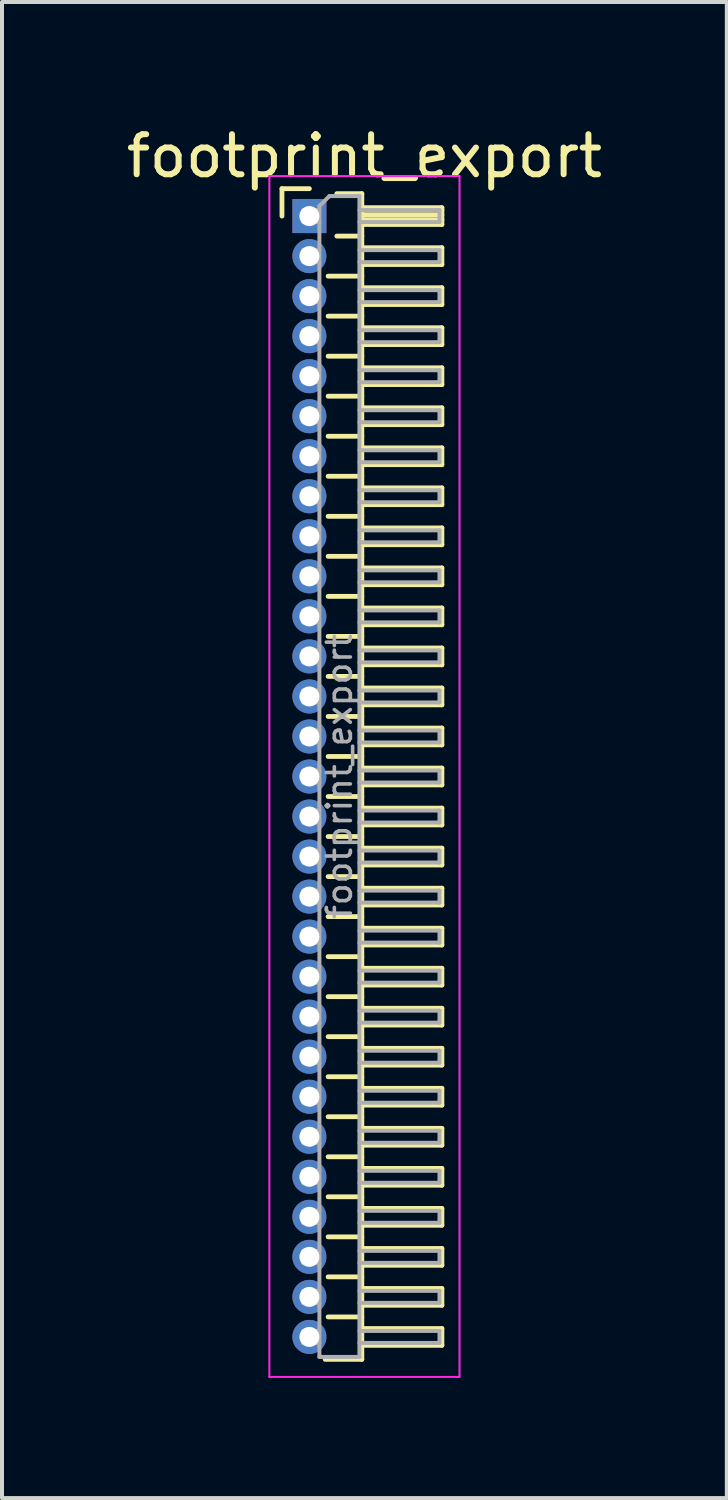
<source format=kicad_pcb>
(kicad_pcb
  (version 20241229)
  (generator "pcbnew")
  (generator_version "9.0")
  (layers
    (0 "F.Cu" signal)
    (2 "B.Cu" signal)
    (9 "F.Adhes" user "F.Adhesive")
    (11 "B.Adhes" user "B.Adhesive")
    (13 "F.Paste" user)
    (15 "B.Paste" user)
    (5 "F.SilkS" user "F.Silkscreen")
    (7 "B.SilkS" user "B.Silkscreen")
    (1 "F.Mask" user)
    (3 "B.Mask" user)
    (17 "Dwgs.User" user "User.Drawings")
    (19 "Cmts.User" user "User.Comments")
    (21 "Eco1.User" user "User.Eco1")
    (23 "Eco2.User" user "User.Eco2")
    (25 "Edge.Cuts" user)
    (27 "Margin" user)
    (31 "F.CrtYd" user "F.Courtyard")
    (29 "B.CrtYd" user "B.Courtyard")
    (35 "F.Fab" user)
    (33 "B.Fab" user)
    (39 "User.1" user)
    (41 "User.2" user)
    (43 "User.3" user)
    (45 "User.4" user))
  (footprint "footprint_export"
    (layer "F.Cu")
    (at 4.679 2.348)
    (property "Reference" "footprint_export" (at 1.375 -1.5 0) (layer "F.SilkS") (effects (font (size 1 1) (thickness 0.15))))
    (attr through_hole)
    (fp_line (start -0.685 -0.685) (end 0 -0.685) (stroke (width 0.12) (type solid)) (layer "F.SilkS"))
    (fp_line (start -0.685 0) (end -0.685 -0.685) (stroke (width 0.12) (type solid)) (layer "F.SilkS"))
    (fp_line (start 0.468 1.5) (end 1.31 1.5) (stroke (width 0.12) (type solid)) (layer "F.SilkS"))
    (fp_line (start 0.468 2.5) (end 1.31 2.5) (stroke (width 0.12) (type solid)) (layer "F.SilkS"))
    (fp_line (start 0.468 3.5) (end 1.31 3.5) (stroke (width 0.12) (type solid)) (layer "F.SilkS"))
    (fp_line (start 0.468 4.5) (end 1.31 4.5) (stroke (width 0.12) (type solid)) (layer "F.SilkS"))
    (fp_line (start 0.468 5.5) (end 1.31 5.5) (stroke (width 0.12) (type solid)) (layer "F.SilkS"))
    (fp_line (start 0.468 6.5) (end 1.31 6.5) (stroke (width 0.12) (type solid)) (layer "F.SilkS"))
    (fp_line (start 0.468 7.5) (end 1.31 7.5) (stroke (width 0.12) (type solid)) (layer "F.SilkS"))
    (fp_line (start 0.468 8.5) (end 1.31 8.5) (stroke (width 0.12) (type solid)) (layer "F.SilkS"))
    (fp_line (start 0.468 9.5) (end 1.31 9.5) (stroke (width 0.12) (type solid)) (layer "F.SilkS"))
    (fp_line (start 0.468 10.5) (end 1.31 10.5) (stroke (width 0.12) (type solid)) (layer "F.SilkS"))
    (fp_line (start 0.468 11.5) (end 1.31 11.5) (stroke (width 0.12) (type solid)) (layer "F.SilkS"))
    (fp_line (start 0.468 12.5) (end 1.31 12.5) (stroke (width 0.12) (type solid)) (layer "F.SilkS"))
    (fp_line (start 0.468 13.5) (end 1.31 13.5) (stroke (width 0.12) (type solid)) (layer "F.SilkS"))
    (fp_line (start 0.468 14.5) (end 1.31 14.5) (stroke (width 0.12) (type solid)) (layer "F.SilkS"))
    (fp_line (start 0.468 15.5) (end 1.31 15.5) (stroke (width 0.12) (type solid)) (layer "F.SilkS"))
    (fp_line (start 0.468 16.5) (end 1.31 16.5) (stroke (width 0.12) (type solid)) (layer "F.SilkS"))
    (fp_line (start 0.468 17.5) (end 1.31 17.5) (stroke (width 0.12) (type solid)) (layer "F.SilkS"))
    (fp_line (start 0.468 18.5) (end 1.31 18.5) (stroke (width 0.12) (type solid)) (layer "F.SilkS"))
    (fp_line (start 0.468 19.5) (end 1.31 19.5) (stroke (width 0.12) (type solid)) (layer "F.SilkS"))
    (fp_line (start 0.468 20.5) (end 1.31 20.5) (stroke (width 0.12) (type solid)) (layer "F.SilkS"))
    (fp_line (start 0.468 21.5) (end 1.31 21.5) (stroke (width 0.12) (type solid)) (layer "F.SilkS"))
    (fp_line (start 0.468 22.5) (end 1.31 22.5) (stroke (width 0.12) (type solid)) (layer "F.SilkS"))
    (fp_line (start 0.468 23.5) (end 1.31 23.5) (stroke (width 0.12) (type solid)) (layer "F.SilkS"))
    (fp_line (start 0.468 24.5) (end 1.31 24.5) (stroke (width 0.12) (type solid)) (layer "F.SilkS"))
    (fp_line (start 0.468 25.5) (end 1.31 25.5) (stroke (width 0.12) (type solid)) (layer "F.SilkS"))
    (fp_line (start 0.468 26.5) (end 1.31 26.5) (stroke (width 0.12) (type solid)) (layer "F.SilkS"))
    (fp_line (start 0.468 27.5) (end 1.31 27.5) (stroke (width 0.12) (type solid)) (layer "F.SilkS"))
    (fp_line (start 0.685 -0.56) (end 1.31 -0.56) (stroke (width 0.12) (type solid)) (layer "F.SilkS"))
    (fp_line (start 0.685 0.5) (end 1.31 0.5) (stroke (width 0.12) (type solid)) (layer "F.SilkS"))
    (fp_line (start 1.31 -0.56) (end 1.31 28.56) (stroke (width 0.12) (type solid)) (layer "F.SilkS"))
    (fp_line (start 1.31 -0.21) (end 3.31 -0.21) (stroke (width 0.12) (type solid)) (layer "F.SilkS"))
    (fp_line (start 1.31 -0.15) (end 3.31 -0.15) (stroke (width 0.12) (type solid)) (layer "F.SilkS"))
    (fp_line (start 1.31 -0.03) (end 3.31 -0.03) (stroke (width 0.12) (type solid)) (layer "F.SilkS"))
    (fp_line (start 1.31 0.09) (end 3.31 0.09) (stroke (width 0.12) (type solid)) (layer "F.SilkS"))
    (fp_line (start 1.31 0.79) (end 3.31 0.79) (stroke (width 0.12) (type solid)) (layer "F.SilkS"))
    (fp_line (start 1.31 1.79) (end 3.31 1.79) (stroke (width 0.12) (type solid)) (layer "F.SilkS"))
    (fp_line (start 1.31 2.79) (end 3.31 2.79) (stroke (width 0.12) (type solid)) (layer "F.SilkS"))
    (fp_line (start 1.31 3.79) (end 3.31 3.79) (stroke (width 0.12) (type solid)) (layer "F.SilkS"))
    (fp_line (start 1.31 4.79) (end 3.31 4.79) (stroke (width 0.12) (type solid)) (layer "F.SilkS"))
    (fp_line (start 1.31 5.79) (end 3.31 5.79) (stroke (width 0.12) (type solid)) (layer "F.SilkS"))
    (fp_line (start 1.31 6.79) (end 3.31 6.79) (stroke (width 0.12) (type solid)) (layer "F.SilkS"))
    (fp_line (start 1.31 7.79) (end 3.31 7.79) (stroke (width 0.12) (type solid)) (layer "F.SilkS"))
    (fp_line (start 1.31 8.79) (end 3.31 8.79) (stroke (width 0.12) (type solid)) (layer "F.SilkS"))
    (fp_line (start 1.31 9.79) (end 3.31 9.79) (stroke (width 0.12) (type solid)) (layer "F.SilkS"))
    (fp_line (start 1.31 10.79) (end 3.31 10.79) (stroke (width 0.12) (type solid)) (layer "F.SilkS"))
    (fp_line (start 1.31 11.79) (end 3.31 11.79) (stroke (width 0.12) (type solid)) (layer "F.SilkS"))
    (fp_line (start 1.31 12.79) (end 3.31 12.79) (stroke (width 0.12) (type solid)) (layer "F.SilkS"))
    (fp_line (start 1.31 13.79) (end 3.31 13.79) (stroke (width 0.12) (type solid)) (layer "F.SilkS"))
    (fp_line (start 1.31 14.79) (end 3.31 14.79) (stroke (width 0.12) (type solid)) (layer "F.SilkS"))
    (fp_line (start 1.31 15.79) (end 3.31 15.79) (stroke (width 0.12) (type solid)) (layer "F.SilkS"))
    (fp_line (start 1.31 16.79) (end 3.31 16.79) (stroke (width 0.12) (type solid)) (layer "F.SilkS"))
    (fp_line (start 1.31 17.79) (end 3.31 17.79) (stroke (width 0.12) (type solid)) (layer "F.SilkS"))
    (fp_line (start 1.31 18.79) (end 3.31 18.79) (stroke (width 0.12) (type solid)) (layer "F.SilkS"))
    (fp_line (start 1.31 19.79) (end 3.31 19.79) (stroke (width 0.12) (type solid)) (layer "F.SilkS"))
    (fp_line (start 1.31 20.79) (end 3.31 20.79) (stroke (width 0.12) (type solid)) (layer "F.SilkS"))
    (fp_line (start 1.31 21.79) (end 3.31 21.79) (stroke (width 0.12) (type solid)) (layer "F.SilkS"))
    (fp_line (start 1.31 22.79) (end 3.31 22.79) (stroke (width 0.12) (type solid)) (layer "F.SilkS"))
    (fp_line (start 1.31 23.79) (end 3.31 23.79) (stroke (width 0.12) (type solid)) (layer "F.SilkS"))
    (fp_line (start 1.31 24.79) (end 3.31 24.79) (stroke (width 0.12) (type solid)) (layer "F.SilkS"))
    (fp_line (start 1.31 25.79) (end 3.31 25.79) (stroke (width 0.12) (type solid)) (layer "F.SilkS"))
    (fp_line (start 1.31 26.79) (end 3.31 26.79) (stroke (width 0.12) (type solid)) (layer "F.SilkS"))
    (fp_line (start 1.31 27.79) (end 3.31 27.79) (stroke (width 0.12) (type solid)) (layer "F.SilkS"))
    (fp_line (start 1.31 28.56) (end 0.394 28.56) (stroke (width 0.12) (type solid)) (layer "F.SilkS"))
    (fp_line (start 3.31 -0.21) (end 3.31 0.21) (stroke (width 0.12) (type solid)) (layer "F.SilkS"))
    (fp_line (start 3.31 0.21) (end 1.31 0.21) (stroke (width 0.12) (type solid)) (layer "F.SilkS"))
    (fp_line (start 3.31 0.79) (end 3.31 1.21) (stroke (width 0.12) (type solid)) (layer "F.SilkS"))
    (fp_line (start 3.31 1.21) (end 1.31 1.21) (stroke (width 0.12) (type solid)) (layer "F.SilkS"))
    (fp_line (start 3.31 1.79) (end 3.31 2.21) (stroke (width 0.12) (type solid)) (layer "F.SilkS"))
    (fp_line (start 3.31 2.21) (end 1.31 2.21) (stroke (width 0.12) (type solid)) (layer "F.SilkS"))
    (fp_line (start 3.31 2.79) (end 3.31 3.21) (stroke (width 0.12) (type solid)) (layer "F.SilkS"))
    (fp_line (start 3.31 3.21) (end 1.31 3.21) (stroke (width 0.12) (type solid)) (layer "F.SilkS"))
    (fp_line (start 3.31 3.79) (end 3.31 4.21) (stroke (width 0.12) (type solid)) (layer "F.SilkS"))
    (fp_line (start 3.31 4.21) (end 1.31 4.21) (stroke (width 0.12) (type solid)) (layer "F.SilkS"))
    (fp_line (start 3.31 4.79) (end 3.31 5.21) (stroke (width 0.12) (type solid)) (layer "F.SilkS"))
    (fp_line (start 3.31 5.21) (end 1.31 5.21) (stroke (width 0.12) (type solid)) (layer "F.SilkS"))
    (fp_line (start 3.31 5.79) (end 3.31 6.21) (stroke (width 0.12) (type solid)) (layer "F.SilkS"))
    (fp_line (start 3.31 6.21) (end 1.31 6.21) (stroke (width 0.12) (type solid)) (layer "F.SilkS"))
    (fp_line (start 3.31 6.79) (end 3.31 7.21) (stroke (width 0.12) (type solid)) (layer "F.SilkS"))
    (fp_line (start 3.31 7.21) (end 1.31 7.21) (stroke (width 0.12) (type solid)) (layer "F.SilkS"))
    (fp_line (start 3.31 7.79) (end 3.31 8.21) (stroke (width 0.12) (type solid)) (layer "F.SilkS"))
    (fp_line (start 3.31 8.21) (end 1.31 8.21) (stroke (width 0.12) (type solid)) (layer "F.SilkS"))
    (fp_line (start 3.31 8.79) (end 3.31 9.21) (stroke (width 0.12) (type solid)) (layer "F.SilkS"))
    (fp_line (start 3.31 9.21) (end 1.31 9.21) (stroke (width 0.12) (type solid)) (layer "F.SilkS"))
    (fp_line (start 3.31 9.79) (end 3.31 10.21) (stroke (width 0.12) (type solid)) (layer "F.SilkS"))
    (fp_line (start 3.31 10.21) (end 1.31 10.21) (stroke (width 0.12) (type solid)) (layer "F.SilkS"))
    (fp_line (start 3.31 10.79) (end 3.31 11.21) (stroke (width 0.12) (type solid)) (layer "F.SilkS"))
    (fp_line (start 3.31 11.21) (end 1.31 11.21) (stroke (width 0.12) (type solid)) (layer "F.SilkS"))
    (fp_line (start 3.31 11.79) (end 3.31 12.21) (stroke (width 0.12) (type solid)) (layer "F.SilkS"))
    (fp_line (start 3.31 12.21) (end 1.31 12.21) (stroke (width 0.12) (type solid)) (layer "F.SilkS"))
    (fp_line (start 3.31 12.79) (end 3.31 13.21) (stroke (width 0.12) (type solid)) (layer "F.SilkS"))
    (fp_line (start 3.31 13.21) (end 1.31 13.21) (stroke (width 0.12) (type solid)) (layer "F.SilkS"))
    (fp_line (start 3.31 13.79) (end 3.31 14.21) (stroke (width 0.12) (type solid)) (layer "F.SilkS"))
    (fp_line (start 3.31 14.21) (end 1.31 14.21) (stroke (width 0.12) (type solid)) (layer "F.SilkS"))
    (fp_line (start 3.31 14.79) (end 3.31 15.21) (stroke (width 0.12) (type solid)) (layer "F.SilkS"))
    (fp_line (start 3.31 15.21) (end 1.31 15.21) (stroke (width 0.12) (type solid)) (layer "F.SilkS"))
    (fp_line (start 3.31 15.79) (end 3.31 16.21) (stroke (width 0.12) (type solid)) (layer "F.SilkS"))
    (fp_line (start 3.31 16.21) (end 1.31 16.21) (stroke (width 0.12) (type solid)) (layer "F.SilkS"))
    (fp_line (start 3.31 16.79) (end 3.31 17.21) (stroke (width 0.12) (type solid)) (layer "F.SilkS"))
    (fp_line (start 3.31 17.21) (end 1.31 17.21) (stroke (width 0.12) (type solid)) (layer "F.SilkS"))
    (fp_line (start 3.31 17.79) (end 3.31 18.21) (stroke (width 0.12) (type solid)) (layer "F.SilkS"))
    (fp_line (start 3.31 18.21) (end 1.31 18.21) (stroke (width 0.12) (type solid)) (layer "F.SilkS"))
    (fp_line (start 3.31 18.79) (end 3.31 19.21) (stroke (width 0.12) (type solid)) (layer "F.SilkS"))
    (fp_line (start 3.31 19.21) (end 1.31 19.21) (stroke (width 0.12) (type solid)) (layer "F.SilkS"))
    (fp_line (start 3.31 19.79) (end 3.31 20.21) (stroke (width 0.12) (type solid)) (layer "F.SilkS"))
    (fp_line (start 3.31 20.21) (end 1.31 20.21) (stroke (width 0.12) (type solid)) (layer "F.SilkS"))
    (fp_line (start 3.31 20.79) (end 3.31 21.21) (stroke (width 0.12) (type solid)) (layer "F.SilkS"))
    (fp_line (start 3.31 21.21) (end 1.31 21.21) (stroke (width 0.12) (type solid)) (layer "F.SilkS"))
    (fp_line (start 3.31 21.79) (end 3.31 22.21) (stroke (width 0.12) (type solid)) (layer "F.SilkS"))
    (fp_line (start 3.31 22.21) (end 1.31 22.21) (stroke (width 0.12) (type solid)) (layer "F.SilkS"))
    (fp_line (start 3.31 22.79) (end 3.31 23.21) (stroke (width 0.12) (type solid)) (layer "F.SilkS"))
    (fp_line (start 3.31 23.21) (end 1.31 23.21) (stroke (width 0.12) (type solid)) (layer "F.SilkS"))
    (fp_line (start 3.31 23.79) (end 3.31 24.21) (stroke (width 0.12) (type solid)) (layer "F.SilkS"))
    (fp_line (start 3.31 24.21) (end 1.31 24.21) (stroke (width 0.12) (type solid)) (layer "F.SilkS"))
    (fp_line (start 3.31 24.79) (end 3.31 25.21) (stroke (width 0.12) (type solid)) (layer "F.SilkS"))
    (fp_line (start 3.31 25.21) (end 1.31 25.21) (stroke (width 0.12) (type solid)) (layer "F.SilkS"))
    (fp_line (start 3.31 25.79) (end 3.31 26.21) (stroke (width 0.12) (type solid)) (layer "F.SilkS"))
    (fp_line (start 3.31 26.21) (end 1.31 26.21) (stroke (width 0.12) (type solid)) (layer "F.SilkS"))
    (fp_line (start 3.31 26.79) (end 3.31 27.21) (stroke (width 0.12) (type solid)) (layer "F.SilkS"))
    (fp_line (start 3.31 27.21) (end 1.31 27.21) (stroke (width 0.12) (type solid)) (layer "F.SilkS"))
    (fp_line (start 3.31 27.79) (end 3.31 28.21) (stroke (width 0.12) (type solid)) (layer "F.SilkS"))
    (fp_line (start 3.31 28.21) (end 1.31 28.21) (stroke (width 0.12) (type solid)) (layer "F.SilkS"))
    (fp_line (start -1 -1) (end -1 29) (stroke (width 0.05) (type solid)) (layer "F.CrtYd"))
    (fp_line (start -1 29) (end 3.75 29) (stroke (width 0.05) (type solid)) (layer "F.CrtYd"))
    (fp_line (start 3.75 -1) (end -1 -1) (stroke (width 0.05) (type solid)) (layer "F.CrtYd"))
    (fp_line (start 3.75 29) (end 3.75 -1) (stroke (width 0.05) (type solid)) (layer "F.CrtYd"))
    (fp_line (start -0.15 -0.15) (end -0.15 0.15) (stroke (width 0.1) (type solid)) (layer "F.Fab"))
    (fp_line (start -0.15 -0.15) (end 0.25 -0.15) (stroke (width 0.1) (type solid)) (layer "F.Fab"))
    (fp_line (start -0.15 0.15) (end 0.25 0.15) (stroke (width 0.1) (type solid)) (layer "F.Fab"))
    (fp_line (start -0.15 0.85) (end -0.15 1.15) (stroke (width 0.1) (type solid)) (layer "F.Fab"))
    (fp_line (start -0.15 0.85) (end 0.25 0.85) (stroke (width 0.1) (type solid)) (layer "F.Fab"))
    (fp_line (start -0.15 1.15) (end 0.25 1.15) (stroke (width 0.1) (type solid)) (layer "F.Fab"))
    (fp_line (start -0.15 1.85) (end -0.15 2.15) (stroke (width 0.1) (type solid)) (layer "F.Fab"))
    (fp_line (start -0.15 1.85) (end 0.25 1.85) (stroke (width 0.1) (type solid)) (layer "F.Fab"))
    (fp_line (start -0.15 2.15) (end 0.25 2.15) (stroke (width 0.1) (type solid)) (layer "F.Fab"))
    (fp_line (start -0.15 2.85) (end -0.15 3.15) (stroke (width 0.1) (type solid)) (layer "F.Fab"))
    (fp_line (start -0.15 2.85) (end 0.25 2.85) (stroke (width 0.1) (type solid)) (layer "F.Fab"))
    (fp_line (start -0.15 3.15) (end 0.25 3.15) (stroke (width 0.1) (type solid)) (layer "F.Fab"))
    (fp_line (start -0.15 3.85) (end -0.15 4.15) (stroke (width 0.1) (type solid)) (layer "F.Fab"))
    (fp_line (start -0.15 3.85) (end 0.25 3.85) (stroke (width 0.1) (type solid)) (layer "F.Fab"))
    (fp_line (start -0.15 4.15) (end 0.25 4.15) (stroke (width 0.1) (type solid)) (layer "F.Fab"))
    (fp_line (start -0.15 4.85) (end -0.15 5.15) (stroke (width 0.1) (type solid)) (layer "F.Fab"))
    (fp_line (start -0.15 4.85) (end 0.25 4.85) (stroke (width 0.1) (type solid)) (layer "F.Fab"))
    (fp_line (start -0.15 5.15) (end 0.25 5.15) (stroke (width 0.1) (type solid)) (layer "F.Fab"))
    (fp_line (start -0.15 5.85) (end -0.15 6.15) (stroke (width 0.1) (type solid)) (layer "F.Fab"))
    (fp_line (start -0.15 5.85) (end 0.25 5.85) (stroke (width 0.1) (type solid)) (layer "F.Fab"))
    (fp_line (start -0.15 6.15) (end 0.25 6.15) (stroke (width 0.1) (type solid)) (layer "F.Fab"))
    (fp_line (start -0.15 6.85) (end -0.15 7.15) (stroke (width 0.1) (type solid)) (layer "F.Fab"))
    (fp_line (start -0.15 6.85) (end 0.25 6.85) (stroke (width 0.1) (type solid)) (layer "F.Fab"))
    (fp_line (start -0.15 7.15) (end 0.25 7.15) (stroke (width 0.1) (type solid)) (layer "F.Fab"))
    (fp_line (start -0.15 7.85) (end -0.15 8.15) (stroke (width 0.1) (type solid)) (layer "F.Fab"))
    (fp_line (start -0.15 7.85) (end 0.25 7.85) (stroke (width 0.1) (type solid)) (layer "F.Fab"))
    (fp_line (start -0.15 8.15) (end 0.25 8.15) (stroke (width 0.1) (type solid)) (layer "F.Fab"))
    (fp_line (start -0.15 8.85) (end -0.15 9.15) (stroke (width 0.1) (type solid)) (layer "F.Fab"))
    (fp_line (start -0.15 8.85) (end 0.25 8.85) (stroke (width 0.1) (type solid)) (layer "F.Fab"))
    (fp_line (start -0.15 9.15) (end 0.25 9.15) (stroke (width 0.1) (type solid)) (layer "F.Fab"))
    (fp_line (start -0.15 9.85) (end -0.15 10.15) (stroke (width 0.1) (type solid)) (layer "F.Fab"))
    (fp_line (start -0.15 9.85) (end 0.25 9.85) (stroke (width 0.1) (type solid)) (layer "F.Fab"))
    (fp_line (start -0.15 10.15) (end 0.25 10.15) (stroke (width 0.1) (type solid)) (layer "F.Fab"))
    (fp_line (start -0.15 10.85) (end -0.15 11.15) (stroke (width 0.1) (type solid)) (layer "F.Fab"))
    (fp_line (start -0.15 10.85) (end 0.25 10.85) (stroke (width 0.1) (type solid)) (layer "F.Fab"))
    (fp_line (start -0.15 11.15) (end 0.25 11.15) (stroke (width 0.1) (type solid)) (layer "F.Fab"))
    (fp_line (start -0.15 11.85) (end -0.15 12.15) (stroke (width 0.1) (type solid)) (layer "F.Fab"))
    (fp_line (start -0.15 11.85) (end 0.25 11.85) (stroke (width 0.1) (type solid)) (layer "F.Fab"))
    (fp_line (start -0.15 12.15) (end 0.25 12.15) (stroke (width 0.1) (type solid)) (layer "F.Fab"))
    (fp_line (start -0.15 12.85) (end -0.15 13.15) (stroke (width 0.1) (type solid)) (layer "F.Fab"))
    (fp_line (start -0.15 12.85) (end 0.25 12.85) (stroke (width 0.1) (type solid)) (layer "F.Fab"))
    (fp_line (start -0.15 13.15) (end 0.25 13.15) (stroke (width 0.1) (type solid)) (layer "F.Fab"))
    (fp_line (start -0.15 13.85) (end -0.15 14.15) (stroke (width 0.1) (type solid)) (layer "F.Fab"))
    (fp_line (start -0.15 13.85) (end 0.25 13.85) (stroke (width 0.1) (type solid)) (layer "F.Fab"))
    (fp_line (start -0.15 14.15) (end 0.25 14.15) (stroke (width 0.1) (type solid)) (layer "F.Fab"))
    (fp_line (start -0.15 14.85) (end -0.15 15.15) (stroke (width 0.1) (type solid)) (layer "F.Fab"))
    (fp_line (start -0.15 14.85) (end 0.25 14.85) (stroke (width 0.1) (type solid)) (layer "F.Fab"))
    (fp_line (start -0.15 15.15) (end 0.25 15.15) (stroke (width 0.1) (type solid)) (layer "F.Fab"))
    (fp_line (start -0.15 15.85) (end -0.15 16.15) (stroke (width 0.1) (type solid)) (layer "F.Fab"))
    (fp_line (start -0.15 15.85) (end 0.25 15.85) (stroke (width 0.1) (type solid)) (layer "F.Fab"))
    (fp_line (start -0.15 16.15) (end 0.25 16.15) (stroke (width 0.1) (type solid)) (layer "F.Fab"))
    (fp_line (start -0.15 16.85) (end -0.15 17.15) (stroke (width 0.1) (type solid)) (layer "F.Fab"))
    (fp_line (start -0.15 16.85) (end 0.25 16.85) (stroke (width 0.1) (type solid)) (layer "F.Fab"))
    (fp_line (start -0.15 17.15) (end 0.25 17.15) (stroke (width 0.1) (type solid)) (layer "F.Fab"))
    (fp_line (start -0.15 17.85) (end -0.15 18.15) (stroke (width 0.1) (type solid)) (layer "F.Fab"))
    (fp_line (start -0.15 17.85) (end 0.25 17.85) (stroke (width 0.1) (type solid)) (layer "F.Fab"))
    (fp_line (start -0.15 18.15) (end 0.25 18.15) (stroke (width 0.1) (type solid)) (layer "F.Fab"))
    (fp_line (start -0.15 18.85) (end -0.15 19.15) (stroke (width 0.1) (type solid)) (layer "F.Fab"))
    (fp_line (start -0.15 18.85) (end 0.25 18.85) (stroke (width 0.1) (type solid)) (layer "F.Fab"))
    (fp_line (start -0.15 19.15) (end 0.25 19.15) (stroke (width 0.1) (type solid)) (layer "F.Fab"))
    (fp_line (start -0.15 19.85) (end -0.15 20.15) (stroke (width 0.1) (type solid)) (layer "F.Fab"))
    (fp_line (start -0.15 19.85) (end 0.25 19.85) (stroke (width 0.1) (type solid)) (layer "F.Fab"))
    (fp_line (start -0.15 20.15) (end 0.25 20.15) (stroke (width 0.1) (type solid)) (layer "F.Fab"))
    (fp_line (start -0.15 20.85) (end -0.15 21.15) (stroke (width 0.1) (type solid)) (layer "F.Fab"))
    (fp_line (start -0.15 20.85) (end 0.25 20.85) (stroke (width 0.1) (type solid)) (layer "F.Fab"))
    (fp_line (start -0.15 21.15) (end 0.25 21.15) (stroke (width 0.1) (type solid)) (layer "F.Fab"))
    (fp_line (start -0.15 21.85) (end -0.15 22.15) (stroke (width 0.1) (type solid)) (layer "F.Fab"))
    (fp_line (start -0.15 21.85) (end 0.25 21.85) (stroke (width 0.1) (type solid)) (layer "F.Fab"))
    (fp_line (start -0.15 22.15) (end 0.25 22.15) (stroke (width 0.1) (type solid)) (layer "F.Fab"))
    (fp_line (start -0.15 22.85) (end -0.15 23.15) (stroke (width 0.1) (type solid)) (layer "F.Fab"))
    (fp_line (start -0.15 22.85) (end 0.25 22.85) (stroke (width 0.1) (type solid)) (layer "F.Fab"))
    (fp_line (start -0.15 23.15) (end 0.25 23.15) (stroke (width 0.1) (type solid)) (layer "F.Fab"))
    (fp_line (start -0.15 23.85) (end -0.15 24.15) (stroke (width 0.1) (type solid)) (layer "F.Fab"))
    (fp_line (start -0.15 23.85) (end 0.25 23.85) (stroke (width 0.1) (type solid)) (layer "F.Fab"))
    (fp_line (start -0.15 24.15) (end 0.25 24.15) (stroke (width 0.1) (type solid)) (layer "F.Fab"))
    (fp_line (start -0.15 24.85) (end -0.15 25.15) (stroke (width 0.1) (type solid)) (layer "F.Fab"))
    (fp_line (start -0.15 24.85) (end 0.25 24.85) (stroke (width 0.1) (type solid)) (layer "F.Fab"))
    (fp_line (start -0.15 25.15) (end 0.25 25.15) (stroke (width 0.1) (type solid)) (layer "F.Fab"))
    (fp_line (start -0.15 25.85) (end -0.15 26.15) (stroke (width 0.1) (type solid)) (layer "F.Fab"))
    (fp_line (start -0.15 25.85) (end 0.25 25.85) (stroke (width 0.1) (type solid)) (layer "F.Fab"))
    (fp_line (start -0.15 26.15) (end 0.25 26.15) (stroke (width 0.1) (type solid)) (layer "F.Fab"))
    (fp_line (start -0.15 26.85) (end -0.15 27.15) (stroke (width 0.1) (type solid)) (layer "F.Fab"))
    (fp_line (start -0.15 26.85) (end 0.25 26.85) (stroke (width 0.1) (type solid)) (layer "F.Fab"))
    (fp_line (start -0.15 27.15) (end 0.25 27.15) (stroke (width 0.1) (type solid)) (layer "F.Fab"))
    (fp_line (start -0.15 27.85) (end -0.15 28.15) (stroke (width 0.1) (type solid)) (layer "F.Fab"))
    (fp_line (start -0.15 27.85) (end 0.25 27.85) (stroke (width 0.1) (type solid)) (layer "F.Fab"))
    (fp_line (start -0.15 28.15) (end 0.25 28.15) (stroke (width 0.1) (type solid)) (layer "F.Fab"))
    (fp_line (start 0.25 -0.25) (end 0.5 -0.5) (stroke (width 0.1) (type solid)) (layer "F.Fab"))
    (fp_line (start 0.25 28.5) (end 0.25 -0.25) (stroke (width 0.1) (type solid)) (layer "F.Fab"))
    (fp_line (start 0.5 -0.5) (end 1.25 -0.5) (stroke (width 0.1) (type solid)) (layer "F.Fab"))
    (fp_line (start 1.25 -0.5) (end 1.25 28.5) (stroke (width 0.1) (type solid)) (layer "F.Fab"))
    (fp_line (start 1.25 -0.15) (end 3.25 -0.15) (stroke (width 0.1) (type solid)) (layer "F.Fab"))
    (fp_line (start 1.25 0.15) (end 3.25 0.15) (stroke (width 0.1) (type solid)) (layer "F.Fab"))
    (fp_line (start 1.25 0.85) (end 3.25 0.85) (stroke (width 0.1) (type solid)) (layer "F.Fab"))
    (fp_line (start 1.25 1.15) (end 3.25 1.15) (stroke (width 0.1) (type solid)) (layer "F.Fab"))
    (fp_line (start 1.25 1.85) (end 3.25 1.85) (stroke (width 0.1) (type solid)) (layer "F.Fab"))
    (fp_line (start 1.25 2.15) (end 3.25 2.15) (stroke (width 0.1) (type solid)) (layer "F.Fab"))
    (fp_line (start 1.25 2.85) (end 3.25 2.85) (stroke (width 0.1) (type solid)) (layer "F.Fab"))
    (fp_line (start 1.25 3.15) (end 3.25 3.15) (stroke (width 0.1) (type solid)) (layer "F.Fab"))
    (fp_line (start 1.25 3.85) (end 3.25 3.85) (stroke (width 0.1) (type solid)) (layer "F.Fab"))
    (fp_line (start 1.25 4.15) (end 3.25 4.15) (stroke (width 0.1) (type solid)) (layer "F.Fab"))
    (fp_line (start 1.25 4.85) (end 3.25 4.85) (stroke (width 0.1) (type solid)) (layer "F.Fab"))
    (fp_line (start 1.25 5.15) (end 3.25 5.15) (stroke (width 0.1) (type solid)) (layer "F.Fab"))
    (fp_line (start 1.25 5.85) (end 3.25 5.85) (stroke (width 0.1) (type solid)) (layer "F.Fab"))
    (fp_line (start 1.25 6.15) (end 3.25 6.15) (stroke (width 0.1) (type solid)) (layer "F.Fab"))
    (fp_line (start 1.25 6.85) (end 3.25 6.85) (stroke (width 0.1) (type solid)) (layer "F.Fab"))
    (fp_line (start 1.25 7.15) (end 3.25 7.15) (stroke (width 0.1) (type solid)) (layer "F.Fab"))
    (fp_line (start 1.25 7.85) (end 3.25 7.85) (stroke (width 0.1) (type solid)) (layer "F.Fab"))
    (fp_line (start 1.25 8.15) (end 3.25 8.15) (stroke (width 0.1) (type solid)) (layer "F.Fab"))
    (fp_line (start 1.25 8.85) (end 3.25 8.85) (stroke (width 0.1) (type solid)) (layer "F.Fab"))
    (fp_line (start 1.25 9.15) (end 3.25 9.15) (stroke (width 0.1) (type solid)) (layer "F.Fab"))
    (fp_line (start 1.25 9.85) (end 3.25 9.85) (stroke (width 0.1) (type solid)) (layer "F.Fab"))
    (fp_line (start 1.25 10.15) (end 3.25 10.15) (stroke (width 0.1) (type solid)) (layer "F.Fab"))
    (fp_line (start 1.25 10.85) (end 3.25 10.85) (stroke (width 0.1) (type solid)) (layer "F.Fab"))
    (fp_line (start 1.25 11.15) (end 3.25 11.15) (stroke (width 0.1) (type solid)) (layer "F.Fab"))
    (fp_line (start 1.25 11.85) (end 3.25 11.85) (stroke (width 0.1) (type solid)) (layer "F.Fab"))
    (fp_line (start 1.25 12.15) (end 3.25 12.15) (stroke (width 0.1) (type solid)) (layer "F.Fab"))
    (fp_line (start 1.25 12.85) (end 3.25 12.85) (stroke (width 0.1) (type solid)) (layer "F.Fab"))
    (fp_line (start 1.25 13.15) (end 3.25 13.15) (stroke (width 0.1) (type solid)) (layer "F.Fab"))
    (fp_line (start 1.25 13.85) (end 3.25 13.85) (stroke (width 0.1) (type solid)) (layer "F.Fab"))
    (fp_line (start 1.25 14.15) (end 3.25 14.15) (stroke (width 0.1) (type solid)) (layer "F.Fab"))
    (fp_line (start 1.25 14.85) (end 3.25 14.85) (stroke (width 0.1) (type solid)) (layer "F.Fab"))
    (fp_line (start 1.25 15.15) (end 3.25 15.15) (stroke (width 0.1) (type solid)) (layer "F.Fab"))
    (fp_line (start 1.25 15.85) (end 3.25 15.85) (stroke (width 0.1) (type solid)) (layer "F.Fab"))
    (fp_line (start 1.25 16.15) (end 3.25 16.15) (stroke (width 0.1) (type solid)) (layer "F.Fab"))
    (fp_line (start 1.25 16.85) (end 3.25 16.85) (stroke (width 0.1) (type solid)) (layer "F.Fab"))
    (fp_line (start 1.25 17.15) (end 3.25 17.15) (stroke (width 0.1) (type solid)) (layer "F.Fab"))
    (fp_line (start 1.25 17.85) (end 3.25 17.85) (stroke (width 0.1) (type solid)) (layer "F.Fab"))
    (fp_line (start 1.25 18.15) (end 3.25 18.15) (stroke (width 0.1) (type solid)) (layer "F.Fab"))
    (fp_line (start 1.25 18.85) (end 3.25 18.85) (stroke (width 0.1) (type solid)) (layer "F.Fab"))
    (fp_line (start 1.25 19.15) (end 3.25 19.15) (stroke (width 0.1) (type solid)) (layer "F.Fab"))
    (fp_line (start 1.25 19.85) (end 3.25 19.85) (stroke (width 0.1) (type solid)) (layer "F.Fab"))
    (fp_line (start 1.25 20.15) (end 3.25 20.15) (stroke (width 0.1) (type solid)) (layer "F.Fab"))
    (fp_line (start 1.25 20.85) (end 3.25 20.85) (stroke (width 0.1) (type solid)) (layer "F.Fab"))
    (fp_line (start 1.25 21.15) (end 3.25 21.15) (stroke (width 0.1) (type solid)) (layer "F.Fab"))
    (fp_line (start 1.25 21.85) (end 3.25 21.85) (stroke (width 0.1) (type solid)) (layer "F.Fab"))
    (fp_line (start 1.25 22.15) (end 3.25 22.15) (stroke (width 0.1) (type solid)) (layer "F.Fab"))
    (fp_line (start 1.25 22.85) (end 3.25 22.85) (stroke (width 0.1) (type solid)) (layer "F.Fab"))
    (fp_line (start 1.25 23.15) (end 3.25 23.15) (stroke (width 0.1) (type solid)) (layer "F.Fab"))
    (fp_line (start 1.25 23.85) (end 3.25 23.85) (stroke (width 0.1) (type solid)) (layer "F.Fab"))
    (fp_line (start 1.25 24.15) (end 3.25 24.15) (stroke (width 0.1) (type solid)) (layer "F.Fab"))
    (fp_line (start 1.25 24.85) (end 3.25 24.85) (stroke (width 0.1) (type solid)) (layer "F.Fab"))
    (fp_line (start 1.25 25.15) (end 3.25 25.15) (stroke (width 0.1) (type solid)) (layer "F.Fab"))
    (fp_line (start 1.25 25.85) (end 3.25 25.85) (stroke (width 0.1) (type solid)) (layer "F.Fab"))
    (fp_line (start 1.25 26.15) (end 3.25 26.15) (stroke (width 0.1) (type solid)) (layer "F.Fab"))
    (fp_line (start 1.25 26.85) (end 3.25 26.85) (stroke (width 0.1) (type solid)) (layer "F.Fab"))
    (fp_line (start 1.25 27.15) (end 3.25 27.15) (stroke (width 0.1) (type solid)) (layer "F.Fab"))
    (fp_line (start 1.25 27.85) (end 3.25 27.85) (stroke (width 0.1) (type solid)) (layer "F.Fab"))
    (fp_line (start 1.25 28.15) (end 3.25 28.15) (stroke (width 0.1) (type solid)) (layer "F.Fab"))
    (fp_line (start 1.25 28.5) (end 0.25 28.5) (stroke (width 0.1) (type solid)) (layer "F.Fab"))
    (fp_line (start 3.25 -0.15) (end 3.25 0.15) (stroke (width 0.1) (type solid)) (layer "F.Fab"))
    (fp_line (start 3.25 0.85) (end 3.25 1.15) (stroke (width 0.1) (type solid)) (layer "F.Fab"))
    (fp_line (start 3.25 1.85) (end 3.25 2.15) (stroke (width 0.1) (type solid)) (layer "F.Fab"))
    (fp_line (start 3.25 2.85) (end 3.25 3.15) (stroke (width 0.1) (type solid)) (layer "F.Fab"))
    (fp_line (start 3.25 3.85) (end 3.25 4.15) (stroke (width 0.1) (type solid)) (layer "F.Fab"))
    (fp_line (start 3.25 4.85) (end 3.25 5.15) (stroke (width 0.1) (type solid)) (layer "F.Fab"))
    (fp_line (start 3.25 5.85) (end 3.25 6.15) (stroke (width 0.1) (type solid)) (layer "F.Fab"))
    (fp_line (start 3.25 6.85) (end 3.25 7.15) (stroke (width 0.1) (type solid)) (layer "F.Fab"))
    (fp_line (start 3.25 7.85) (end 3.25 8.15) (stroke (width 0.1) (type solid)) (layer "F.Fab"))
    (fp_line (start 3.25 8.85) (end 3.25 9.15) (stroke (width 0.1) (type solid)) (layer "F.Fab"))
    (fp_line (start 3.25 9.85) (end 3.25 10.15) (stroke (width 0.1) (type solid)) (layer "F.Fab"))
    (fp_line (start 3.25 10.85) (end 3.25 11.15) (stroke (width 0.1) (type solid)) (layer "F.Fab"))
    (fp_line (start 3.25 11.85) (end 3.25 12.15) (stroke (width 0.1) (type solid)) (layer "F.Fab"))
    (fp_line (start 3.25 12.85) (end 3.25 13.15) (stroke (width 0.1) (type solid)) (layer "F.Fab"))
    (fp_line (start 3.25 13.85) (end 3.25 14.15) (stroke (width 0.1) (type solid)) (layer "F.Fab"))
    (fp_line (start 3.25 14.85) (end 3.25 15.15) (stroke (width 0.1) (type solid)) (layer "F.Fab"))
    (fp_line (start 3.25 15.85) (end 3.25 16.15) (stroke (width 0.1) (type solid)) (layer "F.Fab"))
    (fp_line (start 3.25 16.85) (end 3.25 17.15) (stroke (width 0.1) (type solid)) (layer "F.Fab"))
    (fp_line (start 3.25 17.85) (end 3.25 18.15) (stroke (width 0.1) (type solid)) (layer "F.Fab"))
    (fp_line (start 3.25 18.85) (end 3.25 19.15) (stroke (width 0.1) (type solid)) (layer "F.Fab"))
    (fp_line (start 3.25 19.85) (end 3.25 20.15) (stroke (width 0.1) (type solid)) (layer "F.Fab"))
    (fp_line (start 3.25 20.85) (end 3.25 21.15) (stroke (width 0.1) (type solid)) (layer "F.Fab"))
    (fp_line (start 3.25 21.85) (end 3.25 22.15) (stroke (width 0.1) (type solid)) (layer "F.Fab"))
    (fp_line (start 3.25 22.85) (end 3.25 23.15) (stroke (width 0.1) (type solid)) (layer "F.Fab"))
    (fp_line (start 3.25 23.85) (end 3.25 24.15) (stroke (width 0.1) (type solid)) (layer "F.Fab"))
    (fp_line (start 3.25 24.85) (end 3.25 25.15) (stroke (width 0.1) (type solid)) (layer "F.Fab"))
    (fp_line (start 3.25 25.85) (end 3.25 26.15) (stroke (width 0.1) (type solid)) (layer "F.Fab"))
    (fp_line (start 3.25 26.85) (end 3.25 27.15) (stroke (width 0.1) (type solid)) (layer "F.Fab"))
    (fp_line (start 3.25 27.85) (end 3.25 28.15) (stroke (width 0.1) (type solid)) (layer "F.Fab"))
    (fp_text user "${REFERENCE}" (at 0.75 14 90) (layer "F.Fab") (effects (font (size 0.6 0.6) (thickness 0.09))))
    (pad "1" thru_hole rect (at 0 0) (size 0.85 0.85) (drill 0.5) (layers "*.Cu" "*.Mask"))
    (pad "2" thru_hole oval (at 0 1) (size 0.85 0.85) (drill 0.5) (layers "*.Cu" "*.Mask"))
    (pad "3" thru_hole oval (at 0 2) (size 0.85 0.85) (drill 0.5) (layers "*.Cu" "*.Mask"))
    (pad "4" thru_hole oval (at 0 3) (size 0.85 0.85) (drill 0.5) (layers "*.Cu" "*.Mask"))
    (pad "5" thru_hole oval (at 0 4) (size 0.85 0.85) (drill 0.5) (layers "*.Cu" "*.Mask"))
    (pad "6" thru_hole oval (at 0 5) (size 0.85 0.85) (drill 0.5) (layers "*.Cu" "*.Mask"))
    (pad "7" thru_hole oval (at 0 6) (size 0.85 0.85) (drill 0.5) (layers "*.Cu" "*.Mask"))
    (pad "8" thru_hole oval (at 0 7) (size 0.85 0.85) (drill 0.5) (layers "*.Cu" "*.Mask"))
    (pad "9" thru_hole oval (at 0 8) (size 0.85 0.85) (drill 0.5) (layers "*.Cu" "*.Mask"))
    (pad "10" thru_hole oval (at 0 9) (size 0.85 0.85) (drill 0.5) (layers "*.Cu" "*.Mask"))
    (pad "11" thru_hole oval (at 0 10) (size 0.85 0.85) (drill 0.5) (layers "*.Cu" "*.Mask"))
    (pad "12" thru_hole oval (at 0 11) (size 0.85 0.85) (drill 0.5) (layers "*.Cu" "*.Mask"))
    (pad "13" thru_hole oval (at 0 12) (size 0.85 0.85) (drill 0.5) (layers "*.Cu" "*.Mask"))
    (pad "14" thru_hole oval (at 0 13) (size 0.85 0.85) (drill 0.5) (layers "*.Cu" "*.Mask"))
    (pad "15" thru_hole oval (at 0 14) (size 0.85 0.85) (drill 0.5) (layers "*.Cu" "*.Mask"))
    (pad "16" thru_hole oval (at 0 15) (size 0.85 0.85) (drill 0.5) (layers "*.Cu" "*.Mask"))
    (pad "17" thru_hole oval (at 0 16) (size 0.85 0.85) (drill 0.5) (layers "*.Cu" "*.Mask"))
    (pad "18" thru_hole oval (at 0 17) (size 0.85 0.85) (drill 0.5) (layers "*.Cu" "*.Mask"))
    (pad "19" thru_hole oval (at 0 18) (size 0.85 0.85) (drill 0.5) (layers "*.Cu" "*.Mask"))
    (pad "20" thru_hole oval (at 0 19) (size 0.85 0.85) (drill 0.5) (layers "*.Cu" "*.Mask"))
    (pad "21" thru_hole oval (at 0 20) (size 0.85 0.85) (drill 0.5) (layers "*.Cu" "*.Mask"))
    (pad "22" thru_hole oval (at 0 21) (size 0.85 0.85) (drill 0.5) (layers "*.Cu" "*.Mask"))
    (pad "23" thru_hole oval (at 0 22) (size 0.85 0.85) (drill 0.5) (layers "*.Cu" "*.Mask"))
    (pad "24" thru_hole oval (at 0 23) (size 0.85 0.85) (drill 0.5) (layers "*.Cu" "*.Mask"))
    (pad "25" thru_hole oval (at 0 24) (size 0.85 0.85) (drill 0.5) (layers "*.Cu" "*.Mask"))
    (pad "26" thru_hole oval (at 0 25) (size 0.85 0.85) (drill 0.5) (layers "*.Cu" "*.Mask"))
    (pad "27" thru_hole oval (at 0 26) (size 0.85 0.85) (drill 0.5) (layers "*.Cu" "*.Mask"))
    (pad "28" thru_hole oval (at 0 27) (size 0.85 0.85) (drill 0.5) (layers "*.Cu" "*.Mask"))
    (pad "29" thru_hole oval (at 0 28) (size 0.85 0.85) (drill 0.5) (layers "*.Cu" "*.Mask")))
  (gr_rect
    (start -3 -3)
    (end 15.107 34.373)
    (stroke (width 0.1) (type default))
    (fill no)
    (layer "Edge.Cuts")))
</source>
